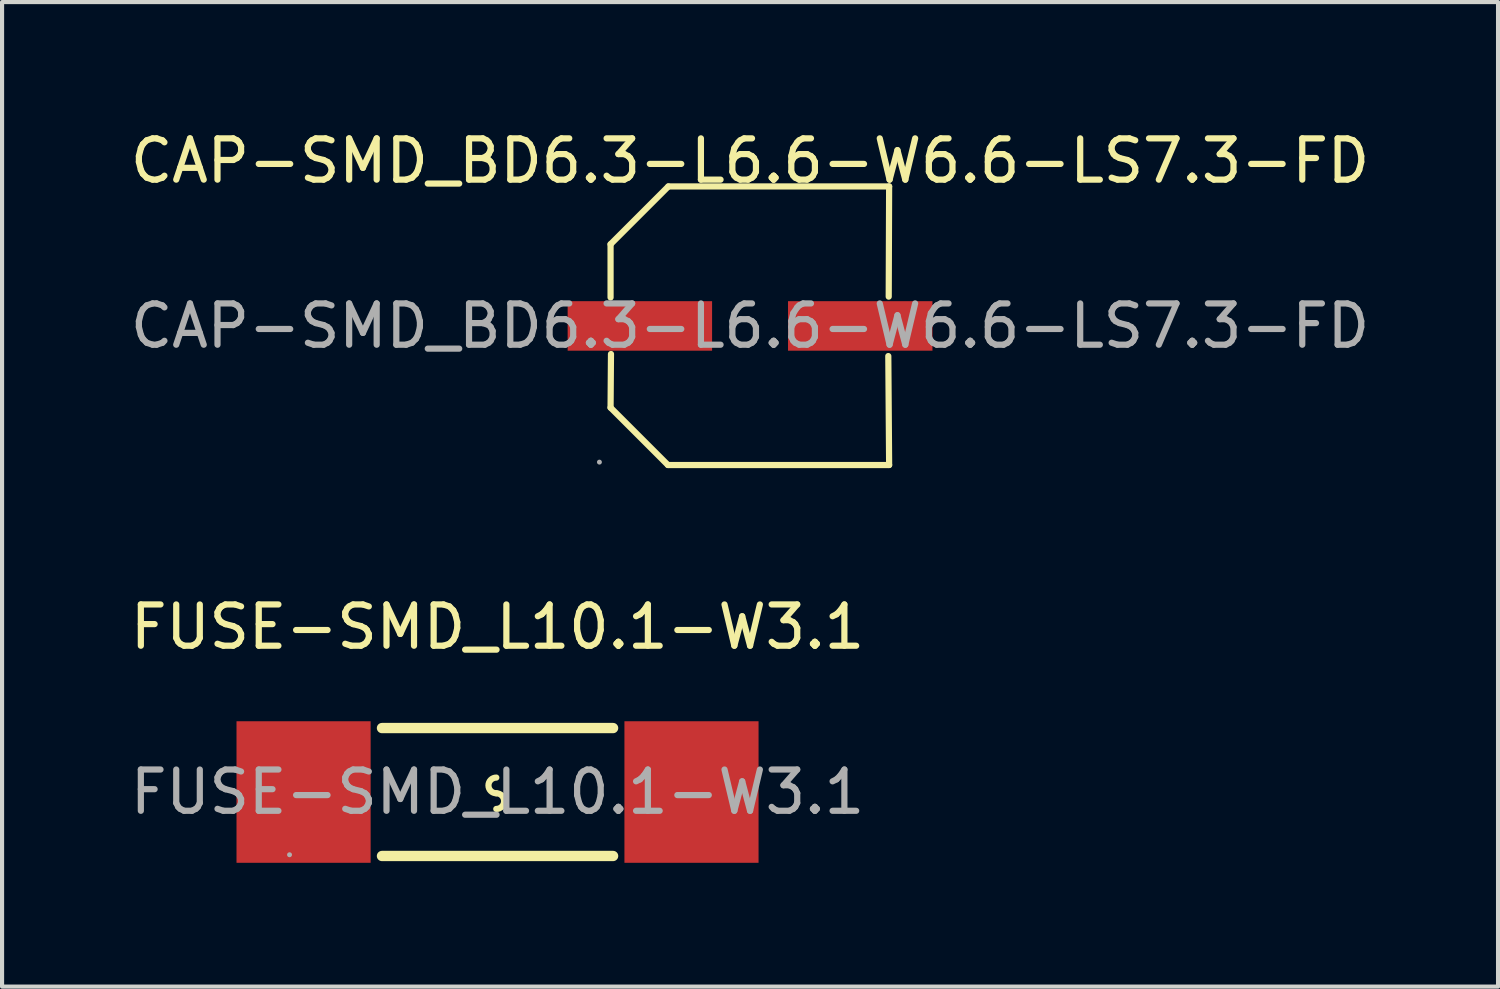
<source format=kicad_pcb>
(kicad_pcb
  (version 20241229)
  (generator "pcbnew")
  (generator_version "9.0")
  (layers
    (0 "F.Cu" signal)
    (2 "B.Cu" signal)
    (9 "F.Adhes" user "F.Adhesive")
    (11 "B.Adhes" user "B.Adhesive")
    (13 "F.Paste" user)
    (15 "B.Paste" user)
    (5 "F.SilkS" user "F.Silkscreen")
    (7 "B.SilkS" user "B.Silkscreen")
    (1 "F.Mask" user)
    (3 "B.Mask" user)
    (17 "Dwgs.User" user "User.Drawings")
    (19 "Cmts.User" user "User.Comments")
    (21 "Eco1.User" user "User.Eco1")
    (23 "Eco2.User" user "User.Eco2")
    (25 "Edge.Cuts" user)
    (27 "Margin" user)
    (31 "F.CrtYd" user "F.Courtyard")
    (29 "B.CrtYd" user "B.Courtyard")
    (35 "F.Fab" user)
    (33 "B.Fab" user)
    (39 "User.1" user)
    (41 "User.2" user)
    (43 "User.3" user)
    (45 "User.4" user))
  (footprint "FUSE-SMD_L10.1-W3.1"
    (layer "F.Cu")
    (at 9.006 16.142)
    (property "Reference" "FUSE-SMD_L10.1-W3.1" (at 0 -4 0) (layer "F.SilkS") (effects (font (size 1 1) (thickness 0.15))))
    (attr smd)
    (fp_line (start -2.8 -1.55) (end 2.8 -1.55) (stroke (width 0.25) (type solid)) (layer "F.SilkS"))
    (fp_line (start -2.8 1.55) (end 2.8 1.55) (stroke (width 0.25) (type solid)) (layer "F.SilkS"))
    (fp_arc (start -0.03 0.03) (mid -0.22 -0.16) (end -0.03 -0.35) (stroke (width 0.15) (type solid)) (layer "F.SilkS"))
    (fp_arc (start -0.03 0.03) (mid 0.16 0.22) (end -0.03 0.41) (stroke (width 0.15) (type solid)) (layer "F.SilkS"))
    (fp_circle (center -5.04 1.52) (end -5.01 1.52) (stroke (width 0.06) (type solid)) (fill no) (layer "F.Fab"))
    (fp_text user "${REFERENCE}" (at 0 0 0) (layer "F.Fab") (effects (font (size 1 1) (thickness 0.15))))
    (pad "1" smd rect (at -4.7 0) (size 3.25 3.43) (layers "F.Cu" "F.Mask" "F.Paste"))
    (pad "2" smd rect (at 4.7 0) (size 3.25 3.43) (layers "F.Cu" "F.Mask" "F.Paste")))
  (footprint "CAP-SMD_BD6.3-L6.6-W6.6-LS7.3-FD"
    (layer "F.Cu")
    (at 15.125 4.848)
    (property "Reference" "CAP-SMD_BD6.3-L6.6-W6.6-LS7.3-FD" (at 0 -4 0) (layer "F.SilkS") (effects (font (size 1 1) (thickness 0.15))))
    (attr through_hole)
    (fp_line (start -3.38 -1.98) (end -3.38 -0.69) (stroke (width 0.15) (type solid)) (layer "F.SilkS"))
    (fp_line (start -3.38 1.98) (end -3.37 0.68) (stroke (width 0.15) (type solid)) (layer "F.SilkS"))
    (fp_line (start -1.99 3.37) (end -3.38 1.98) (stroke (width 0.15) (type solid)) (layer "F.SilkS"))
    (fp_line (start -1.98 -3.38) (end -3.38 -1.98) (stroke (width 0.15) (type solid)) (layer "F.SilkS"))
    (fp_line (start 3.35 0.73) (end 3.37 3.37) (stroke (width 0.15) (type solid)) (layer "F.SilkS"))
    (fp_line (start 3.36 -0.71) (end 3.37 -3.38) (stroke (width 0.15) (type solid)) (layer "F.SilkS"))
    (fp_line (start 3.37 -3.38) (end -1.98 -3.38) (stroke (width 0.15) (type solid)) (layer "F.SilkS"))
    (fp_line (start 3.37 3.37) (end -1.99 3.37) (stroke (width 0.15) (type solid)) (layer "F.SilkS"))
    (fp_circle (center -3.65 3.3) (end -3.62 3.3) (stroke (width 0.06) (type solid)) (fill no) (layer "F.Fab"))
    (fp_text user "${REFERENCE}" (at 0 0 0) (layer "F.Fab") (effects (font (size 1 1) (thickness 0.15))))
    (pad "1" smd rect (at -2.67 0) (size 3.5 1.2) (layers "F.Cu" "F.Mask" "F.Paste"))
    (pad "2" smd rect (at 2.67 0) (size 3.5 1.2) (layers "F.Cu" "F.Mask" "F.Paste")))
  (gr_rect
    (start -3 -3)
    (end 33.25 20.857)
    (stroke (width 0.1) (type default))
    (fill no)
    (layer "Edge.Cuts")))
</source>
